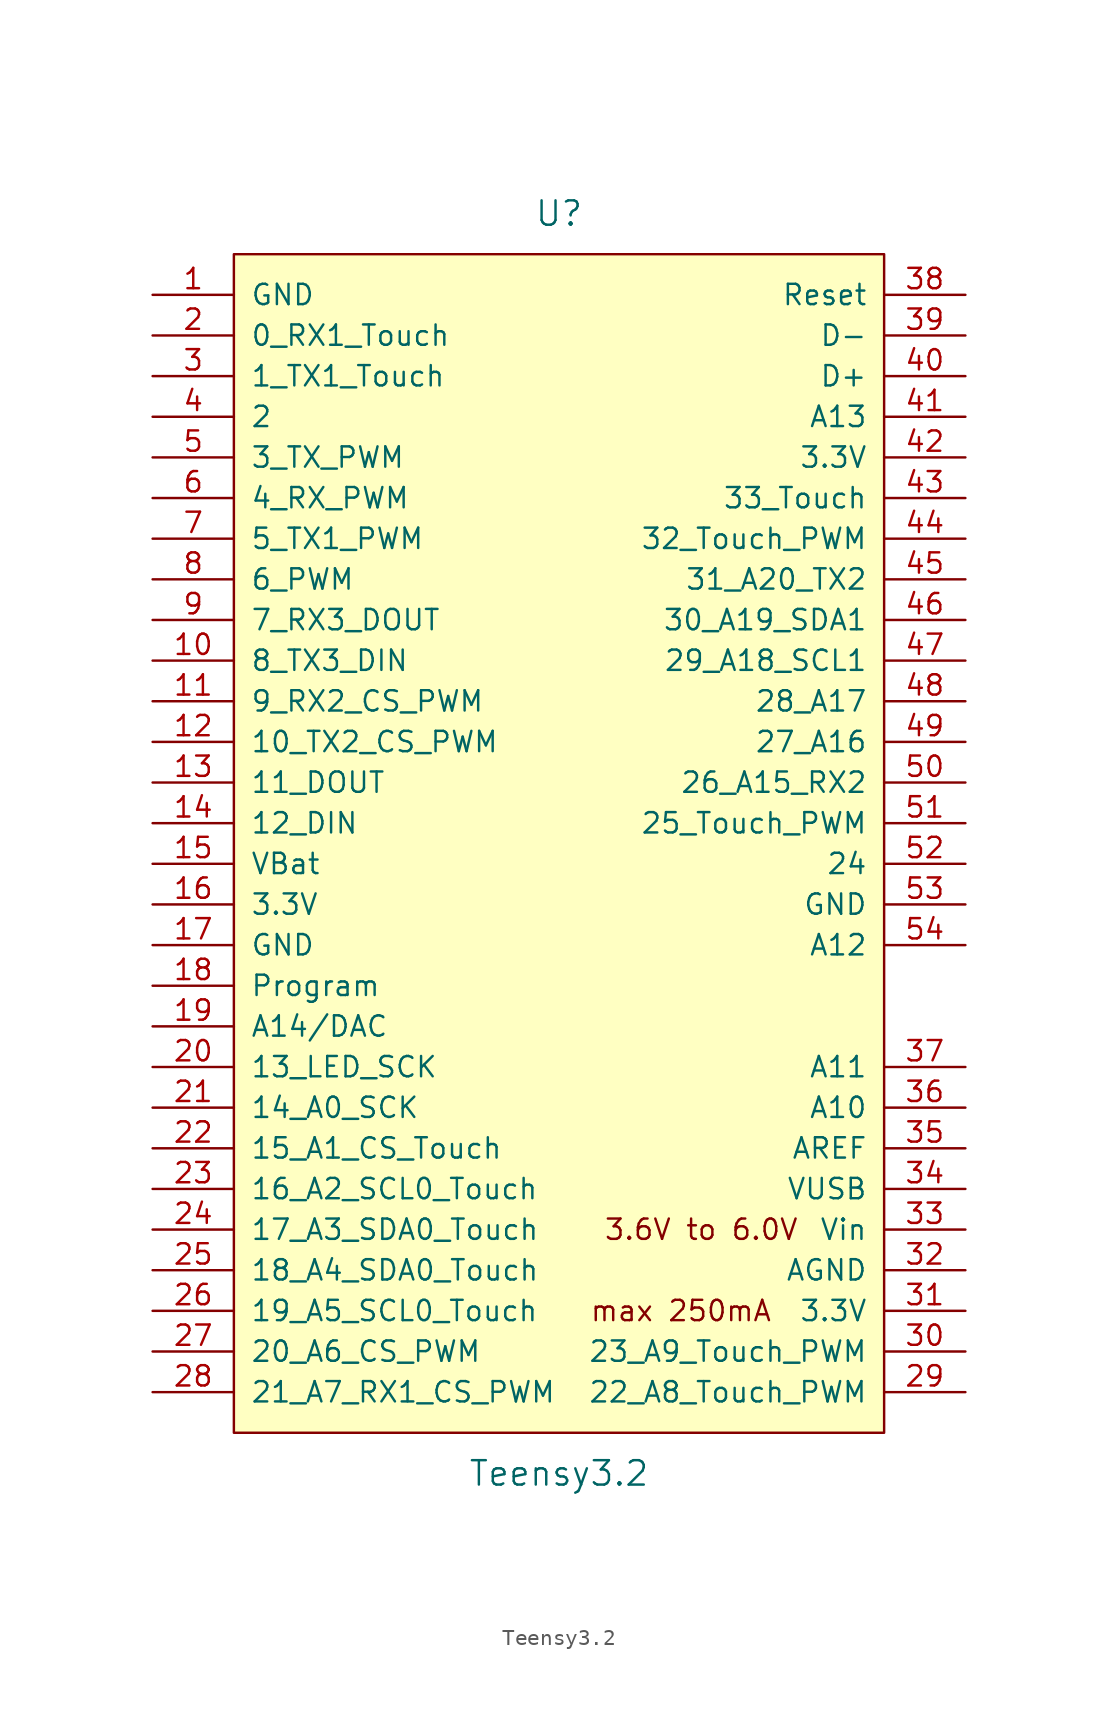
<source format=kicad_sym>
(kicad_symbol_lib
  (version 20211014)
  (generator kicad_symbol_editor)
  (symbol "Teensy3.2"
    (pin_names
      (offset 1.016))
    (property "Reference" "U"
      (at 0 39.37 0)
      (effects (font (size 1.524 1.524))))
    (property "Value" "Teensy3.2"
      (at 0 -39.37 0)
      (effects (font (size 1.524 1.524))))
    (property "Footprint" ""
      (at 0 -19.05 0)
      (effects (font (size 1.524 1.524))))
    (property "Datasheet" ""
      (at 0 -19.05 0)
      (effects (font (size 1.524 1.524))))
    (symbol "Teensy3.2_0_0"
      (text "3.6V to 6.0V" (at 8.89 -24.13 0) (effects (font (size 1.27 1.27))))
      (text "max 250mA" (at 7.62 -29.21 0) (effects (font (size 1.27 1.27)))))
    (symbol "Teensy3.2_0_1"
      (rectangle (start -20.32 -36.83) (end 20.32 36.83) (stroke (width 0) (type default) (color 0 0 0 0)) (fill (type background))))
    (symbol "Teensy3.2_1_1"
      (pin power_in line (at -25.4 34.29 0) (length 5.08) (name "GND" (effects (font (size 1.27 1.27)))) (number "1" (effects (font (size 1.27 1.27)))))
      (pin bidirectional line (at -25.4 11.43 0) (length 5.08) (name "8_TX3_DIN" (effects (font (size 1.27 1.27)))) (number "10" (effects (font (size 1.27 1.27)))))
      (pin bidirectional line (at -25.4 8.89 0) (length 5.08) (name "9_RX2_CS_PWM" (effects (font (size 1.27 1.27)))) (number "11" (effects (font (size 1.27 1.27)))))
      (pin bidirectional line (at -25.4 6.35 0) (length 5.08) (name "10_TX2_CS_PWM" (effects (font (size 1.27 1.27)))) (number "12" (effects (font (size 1.27 1.27)))))
      (pin bidirectional line (at -25.4 3.81 0) (length 5.08) (name "11_DOUT" (effects (font (size 1.27 1.27)))) (number "13" (effects (font (size 1.27 1.27)))))
      (pin bidirectional line (at -25.4 1.27 0) (length 5.08) (name "12_DIN" (effects (font (size 1.27 1.27)))) (number "14" (effects (font (size 1.27 1.27)))))
      (pin power_in line (at -25.4 -1.27 0) (length 5.08) (name "VBat" (effects (font (size 1.27 1.27)))) (number "15" (effects (font (size 1.27 1.27)))))
      (pin power_out line (at -25.4 -3.81 0) (length 5.08) (name "3.3V" (effects (font (size 1.27 1.27)))) (number "16" (effects (font (size 1.27 1.27)))))
      (pin power_in line (at -25.4 -6.35 0) (length 5.08) (name "GND" (effects (font (size 1.27 1.27)))) (number "17" (effects (font (size 1.27 1.27)))))
      (pin input line (at -25.4 -8.89 0) (length 5.08) (name "Program" (effects (font (size 1.27 1.27)))) (number "18" (effects (font (size 1.27 1.27)))))
      (pin bidirectional line (at -25.4 -11.43 0) (length 5.08) (name "A14/DAC" (effects (font (size 1.27 1.27)))) (number "19" (effects (font (size 1.27 1.27)))))
      (pin bidirectional line (at -25.4 31.75 0) (length 5.08) (name "0_RX1_Touch" (effects (font (size 1.27 1.27)))) (number "2" (effects (font (size 1.27 1.27)))))
      (pin bidirectional line (at -25.4 -13.97 0) (length 5.08) (name "13_LED_SCK" (effects (font (size 1.27 1.27)))) (number "20" (effects (font (size 1.27 1.27)))))
      (pin bidirectional line (at -25.4 -16.51 0) (length 5.08) (name "14_A0_SCK" (effects (font (size 1.27 1.27)))) (number "21" (effects (font (size 1.27 1.27)))))
      (pin bidirectional line (at -25.4 -19.05 0) (length 5.08) (name "15_A1_CS_Touch" (effects (font (size 1.27 1.27)))) (number "22" (effects (font (size 1.27 1.27)))))
      (pin bidirectional line (at -25.4 -21.59 0) (length 5.08) (name "16_A2_SCL0_Touch" (effects (font (size 1.27 1.27)))) (number "23" (effects (font (size 1.27 1.27)))))
      (pin bidirectional line (at -25.4 -24.13 0) (length 5.08) (name "17_A3_SDA0_Touch" (effects (font (size 1.27 1.27)))) (number "24" (effects (font (size 1.27 1.27)))))
      (pin bidirectional line (at -25.4 -26.67 0) (length 5.08) (name "18_A4_SDA0_Touch" (effects (font (size 1.27 1.27)))) (number "25" (effects (font (size 1.27 1.27)))))
      (pin bidirectional line (at -25.4 -29.21 0) (length 5.08) (name "19_A5_SCL0_Touch" (effects (font (size 1.27 1.27)))) (number "26" (effects (font (size 1.27 1.27)))))
      (pin bidirectional line (at -25.4 -31.75 0) (length 5.08) (name "20_A6_CS_PWM" (effects (font (size 1.27 1.27)))) (number "27" (effects (font (size 1.27 1.27)))))
      (pin bidirectional line (at -25.4 -34.29 0) (length 5.08) (name "21_A7_RX1_CS_PWM" (effects (font (size 1.27 1.27)))) (number "28" (effects (font (size 1.27 1.27)))))
      (pin bidirectional line (at 25.4 -34.29 180) (length 5.08) (name "22_A8_Touch_PWM" (effects (font (size 1.27 1.27)))) (number "29" (effects (font (size 1.27 1.27)))))
      (pin bidirectional line (at -25.4 29.21 0) (length 5.08) (name "1_TX1_Touch" (effects (font (size 1.27 1.27)))) (number "3" (effects (font (size 1.27 1.27)))))
      (pin bidirectional line (at 25.4 -31.75 180) (length 5.08) (name "23_A9_Touch_PWM" (effects (font (size 1.27 1.27)))) (number "30" (effects (font (size 1.27 1.27)))))
      (pin power_out line (at 25.4 -29.21 180) (length 5.08) (name "3.3V" (effects (font (size 1.27 1.27)))) (number "31" (effects (font (size 1.27 1.27)))))
      (pin power_out line (at 25.4 -26.67 180) (length 5.08) (name "AGND" (effects (font (size 1.27 1.27)))) (number "32" (effects (font (size 1.27 1.27)))))
      (pin power_in line (at 25.4 -24.13 180) (length 5.08) (name "Vin" (effects (font (size 1.27 1.27)))) (number "33" (effects (font (size 1.27 1.27)))))
      (pin power_in line (at 25.4 -21.59 180) (length 5.08) (name "VUSB" (effects (font (size 1.27 1.27)))) (number "34" (effects (font (size 1.27 1.27)))))
      (pin input line (at 25.4 -19.05 180) (length 5.08) (name "AREF" (effects (font (size 1.27 1.27)))) (number "35" (effects (font (size 1.27 1.27)))))
      (pin bidirectional line (at 25.4 -16.51 180) (length 5.08) (name "A10" (effects (font (size 1.27 1.27)))) (number "36" (effects (font (size 1.27 1.27)))))
      (pin bidirectional line (at 25.4 -13.97 180) (length 5.08) (name "A11" (effects (font (size 1.27 1.27)))) (number "37" (effects (font (size 1.27 1.27)))))
      (pin input line (at 25.4 34.29 180) (length 5.08) (name "Reset" (effects (font (size 1.27 1.27)))) (number "38" (effects (font (size 1.27 1.27)))))
      (pin bidirectional line (at 25.4 31.75 180) (length 5.08) (name "D-" (effects (font (size 1.27 1.27)))) (number "39" (effects (font (size 1.27 1.27)))))
      (pin bidirectional line (at -25.4 26.67 0) (length 5.08) (name "2" (effects (font (size 1.27 1.27)))) (number "4" (effects (font (size 1.27 1.27)))))
      (pin bidirectional line (at 25.4 29.21 180) (length 5.08) (name "D+" (effects (font (size 1.27 1.27)))) (number "40" (effects (font (size 1.27 1.27)))))
      (pin bidirectional line (at 25.4 26.67 180) (length 5.08) (name "A13" (effects (font (size 1.27 1.27)))) (number "41" (effects (font (size 1.27 1.27)))))
      (pin power_out line (at 25.4 24.13 180) (length 5.08) (name "3.3V" (effects (font (size 1.27 1.27)))) (number "42" (effects (font (size 1.27 1.27)))))
      (pin bidirectional line (at 25.4 21.59 180) (length 5.08) (name "33_Touch" (effects (font (size 1.27 1.27)))) (number "43" (effects (font (size 1.27 1.27)))))
      (pin bidirectional line (at 25.4 19.05 180) (length 5.08) (name "32_Touch_PWM" (effects (font (size 1.27 1.27)))) (number "44" (effects (font (size 1.27 1.27)))))
      (pin bidirectional line (at 25.4 16.51 180) (length 5.08) (name "31_A20_TX2" (effects (font (size 1.27 1.27)))) (number "45" (effects (font (size 1.27 1.27)))))
      (pin bidirectional line (at 25.4 13.97 180) (length 5.08) (name "30_A19_SDA1" (effects (font (size 1.27 1.27)))) (number "46" (effects (font (size 1.27 1.27)))))
      (pin bidirectional line (at 25.4 11.43 180) (length 5.08) (name "29_A18_SCL1" (effects (font (size 1.27 1.27)))) (number "47" (effects (font (size 1.27 1.27)))))
      (pin bidirectional line (at 25.4 8.89 180) (length 5.08) (name "28_A17" (effects (font (size 1.27 1.27)))) (number "48" (effects (font (size 1.27 1.27)))))
      (pin bidirectional line (at 25.4 6.35 180) (length 5.08) (name "27_A16" (effects (font (size 1.27 1.27)))) (number "49" (effects (font (size 1.27 1.27)))))
      (pin bidirectional line (at -25.4 24.13 0) (length 5.08) (name "3_TX_PWM" (effects (font (size 1.27 1.27)))) (number "5" (effects (font (size 1.27 1.27)))))
      (pin bidirectional line (at 25.4 3.81 180) (length 5.08) (name "26_A15_RX2" (effects (font (size 1.27 1.27)))) (number "50" (effects (font (size 1.27 1.27)))))
      (pin bidirectional line (at 25.4 1.27 180) (length 5.08) (name "25_Touch_PWM" (effects (font (size 1.27 1.27)))) (number "51" (effects (font (size 1.27 1.27)))))
      (pin bidirectional line (at 25.4 -1.27 180) (length 5.08) (name "24" (effects (font (size 1.27 1.27)))) (number "52" (effects (font (size 1.27 1.27)))))
      (pin power_in line (at 25.4 -3.81 180) (length 5.08) (name "GND" (effects (font (size 1.27 1.27)))) (number "53" (effects (font (size 1.27 1.27)))))
      (pin bidirectional line (at 25.4 -6.35 180) (length 5.08) (name "A12" (effects (font (size 1.27 1.27)))) (number "54" (effects (font (size 1.27 1.27)))))
      (pin bidirectional line (at -25.4 21.59 0) (length 5.08) (name "4_RX_PWM" (effects (font (size 1.27 1.27)))) (number "6" (effects (font (size 1.27 1.27)))))
      (pin bidirectional line (at -25.4 19.05 0) (length 5.08) (name "5_TX1_PWM" (effects (font (size 1.27 1.27)))) (number "7" (effects (font (size 1.27 1.27)))))
      (pin bidirectional line (at -25.4 16.51 0) (length 5.08) (name "6_PWM" (effects (font (size 1.27 1.27)))) (number "8" (effects (font (size 1.27 1.27)))))
      (pin bidirectional line (at -25.4 13.97 0) (length 5.08) (name "7_RX3_DOUT" (effects (font (size 1.27 1.27)))) (number "9" (effects (font (size 1.27 1.27))))))))
</source>
